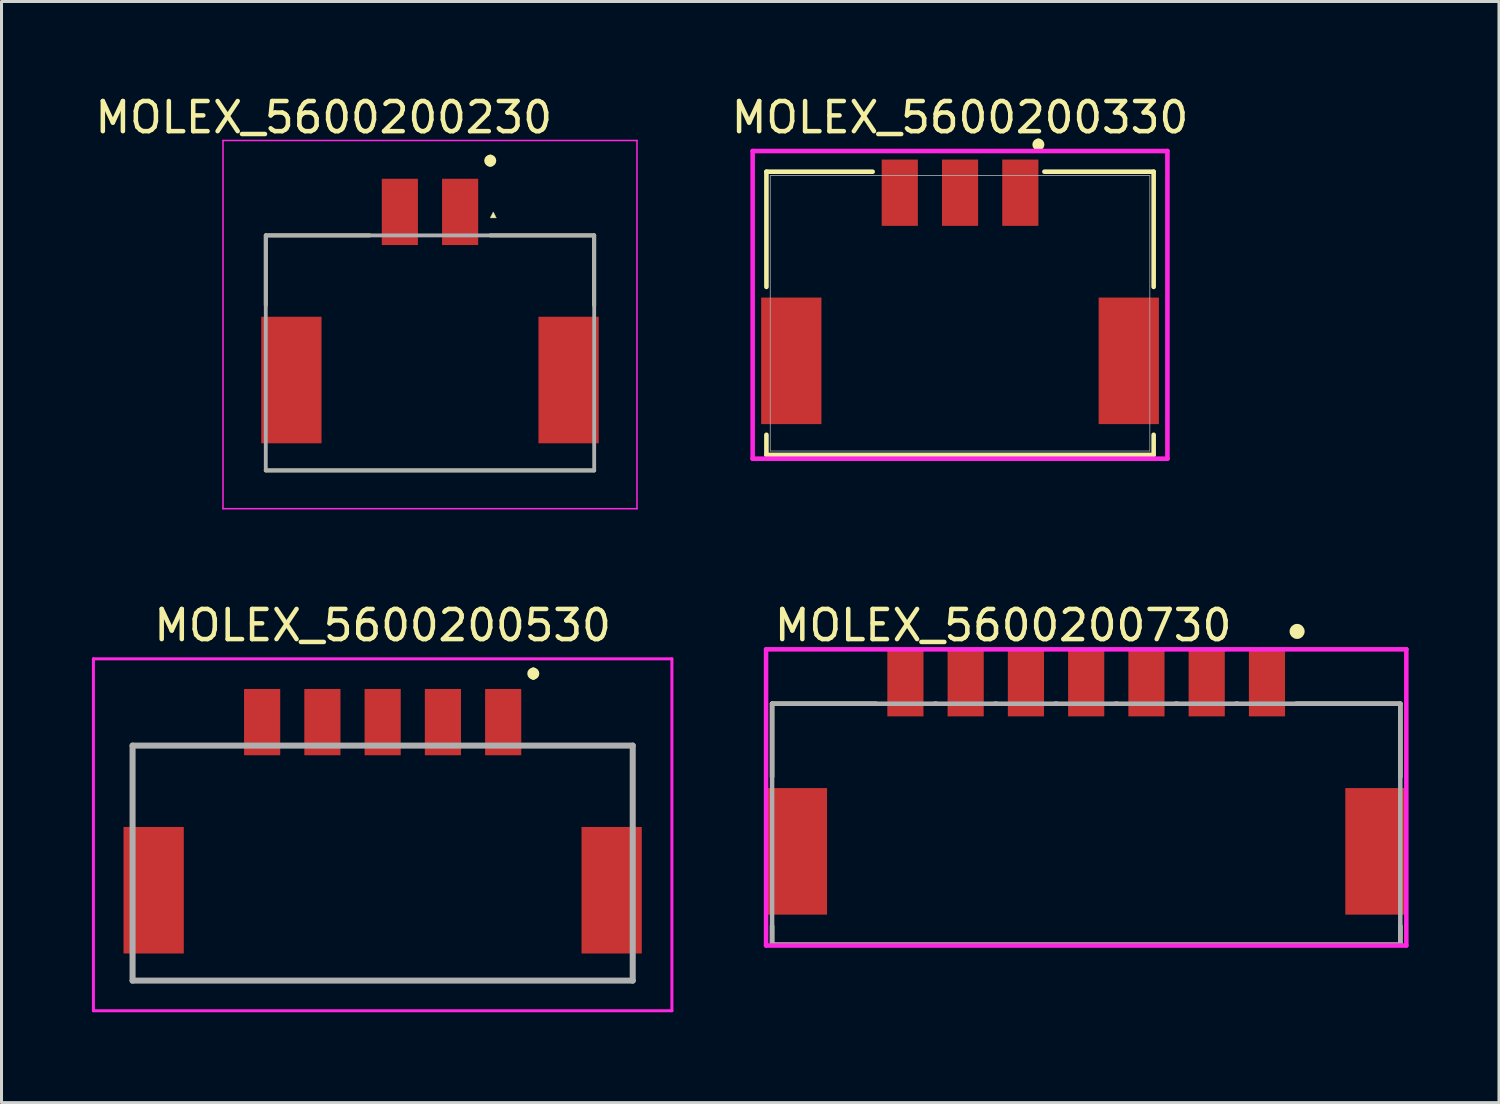
<source format=kicad_pcb>
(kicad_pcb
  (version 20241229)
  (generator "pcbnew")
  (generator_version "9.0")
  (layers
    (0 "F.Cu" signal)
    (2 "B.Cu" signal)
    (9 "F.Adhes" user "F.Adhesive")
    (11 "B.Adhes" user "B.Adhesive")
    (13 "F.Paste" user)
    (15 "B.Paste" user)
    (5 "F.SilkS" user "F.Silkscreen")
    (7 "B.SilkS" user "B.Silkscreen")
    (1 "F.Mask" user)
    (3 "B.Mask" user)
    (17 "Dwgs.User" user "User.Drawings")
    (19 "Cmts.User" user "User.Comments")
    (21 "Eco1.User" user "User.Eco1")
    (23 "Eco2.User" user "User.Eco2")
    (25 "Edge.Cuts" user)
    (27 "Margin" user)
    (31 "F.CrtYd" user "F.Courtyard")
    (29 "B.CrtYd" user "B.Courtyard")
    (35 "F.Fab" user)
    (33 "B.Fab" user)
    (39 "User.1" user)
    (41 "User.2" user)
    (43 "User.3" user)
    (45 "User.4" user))
  (footprint "MOLEX_5600200330"
    (layer "F.Cu")
    (at 28.813 7.348)
    (property "Reference" "MOLEX_5600200330" (at 0 -6.5 0) (unlocked yes) (layer "F.SilkS") (effects (font (size 1 1) (thickness 0.15))))
    (attr smd)
    (fp_line (start -6.426 -4.699) (end -6.426 -0.876) (stroke (width 0.152) (type solid)) (layer "F.SilkS"))
    (fp_line (start -6.426 4.032) (end -6.426 4.699) (stroke (width 0.152) (type solid)) (layer "F.SilkS"))
    (fp_line (start -6.426 4.699) (end 6.426 4.699) (stroke (width 0.152) (type solid)) (layer "F.SilkS"))
    (fp_line (start -2.9 -4.699) (end -6.426 -4.699) (stroke (width 0.152) (type solid)) (layer "F.SilkS"))
    (fp_line (start 6.426 -4.699) (end 2.8 -4.7) (stroke (width 0.152) (type solid)) (layer "F.SilkS"))
    (fp_line (start 6.426 -0.876) (end 6.426 -4.699) (stroke (width 0.152) (type solid)) (layer "F.SilkS"))
    (fp_line (start 6.426 4.699) (end 6.426 4.032) (stroke (width 0.152) (type solid)) (layer "F.SilkS"))
    (fp_arc (start 2.6 -5.7) (mid 2.7 -5.6) (end 2.6 -5.5) (stroke (width 0.2) (type solid)) (layer "F.SilkS"))
    (fp_arc (start 2.6 -5.5) (mid 2.5 -5.6) (end 2.6 -5.7) (stroke (width 0.2) (type solid)) (layer "F.SilkS"))
    (fp_line (start -6.883 -5.386) (end -6.883 4.826) (stroke (width 0.152) (type solid)) (layer "F.CrtYd"))
    (fp_line (start -6.883 4.826) (end 6.883 4.826) (stroke (width 0.152) (type solid)) (layer "F.CrtYd"))
    (fp_line (start 6.883 -5.386) (end -6.883 -5.386) (stroke (width 0.152) (type solid)) (layer "F.CrtYd"))
    (fp_line (start 6.883 4.826) (end 6.883 -5.386) (stroke (width 0.152) (type solid)) (layer "F.CrtYd"))
    (fp_line (start -6.299 -4.572) (end -6.299 4.572) (stroke (width 0.025) (type solid)) (layer "F.Fab"))
    (fp_line (start -6.299 4.572) (end 6.299 4.572) (stroke (width 0.025) (type solid)) (layer "F.Fab"))
    (fp_line (start 6.299 -4.572) (end -6.299 -4.572) (stroke (width 0.025) (type solid)) (layer "F.Fab"))
    (fp_line (start 6.299 4.572) (end 6.299 -4.572) (stroke (width 0.025) (type solid)) (layer "F.Fab"))
    (pad "1" smd rect (at 2 -4.002) (size 1.2 2.2) (layers "F.Cu" "F.Mask" "F.Paste"))
    (pad "2" smd rect (at 0 -4.002) (size 1.2 2.2) (layers "F.Cu" "F.Mask" "F.Paste"))
    (pad "3" smd rect (at -2 -4.002) (size 1.2 2.2) (layers "F.Cu" "F.Mask" "F.Paste"))
    (pad "MP" smd rect (at -5.6 1.578) (size 2 4.2) (layers "F.Cu" "F.Mask" "F.Paste"))
    (pad "MP" smd rect (at 5.6 1.578) (size 2 4.2) (layers "F.Cu" "F.Mask" "F.Paste")))
  (footprint "MOLEX_5600200730"
    (layer "F.Cu")
    (at 33 24.306)
    (property "Reference" "MOLEX_5600200730" (at -10.425 -6.6 0) (layer "F.SilkS") (effects (font (size 1 1) (thickness 0.15)) (justify left)))
    (attr smd)
    (fp_line (start -10.425 -4) (end -6.975 -4) (stroke (width 0.15) (type solid)) (layer "F.SilkS"))
    (fp_line (start -10.425 -1.575) (end -10.425 -4) (stroke (width 0.15) (type solid)) (layer "F.SilkS"))
    (fp_line (start -10.425 4) (end -10.425 3.375) (stroke (width 0.15) (type solid)) (layer "F.SilkS"))
    (fp_line (start -10.425 4) (end 10.425 4) (stroke (width 0.15) (type solid)) (layer "F.SilkS"))
    (fp_line (start -5.025 -4) (end -4.975 -4) (stroke (width 0.15) (type solid)) (layer "F.SilkS"))
    (fp_line (start -3.025 -4) (end -2.975 -4) (stroke (width 0.15) (type solid)) (layer "F.SilkS"))
    (fp_line (start -1.025 -4) (end -0.975 -4) (stroke (width 0.15) (type solid)) (layer "F.SilkS"))
    (fp_line (start 0.975 -4) (end 1.025 -4) (stroke (width 0.15) (type solid)) (layer "F.SilkS"))
    (fp_line (start 2.975 -4) (end 3.025 -4) (stroke (width 0.15) (type solid)) (layer "F.SilkS"))
    (fp_line (start 4.975 -4) (end 5.025 -4) (stroke (width 0.15) (type solid)) (layer "F.SilkS"))
    (fp_line (start 6.975 -4) (end 10.425 -4) (stroke (width 0.15) (type solid)) (layer "F.SilkS"))
    (fp_line (start 10.425 -1.575) (end 10.425 -4) (stroke (width 0.15) (type solid)) (layer "F.SilkS"))
    (fp_line (start 10.425 4) (end 10.425 3.375) (stroke (width 0.15) (type solid)) (layer "F.SilkS"))
    (fp_circle (center 7 -6.4) (end 7.125 -6.4) (stroke (width 0.25) (type solid)) (fill no) (layer "F.SilkS"))
    (fp_line (start -10.625 -5.805) (end -10.625 4.025) (stroke (width 0.15) (type solid)) (layer "F.CrtYd"))
    (fp_line (start -10.625 4.025) (end 10.625 4.025) (stroke (width 0.15) (type solid)) (layer "F.CrtYd"))
    (fp_line (start 10.625 -5.805) (end -10.625 -5.805) (stroke (width 0.15) (type solid)) (layer "F.CrtYd"))
    (fp_line (start 10.625 -5.805) (end 10.625 -5.805) (stroke (width 0.15) (type solid)) (layer "F.CrtYd"))
    (fp_line (start 10.625 4.025) (end 10.625 -5.805) (stroke (width 0.15) (type solid)) (layer "F.CrtYd"))
    (fp_line (start -10.425 -4) (end 10.425 -4) (stroke (width 0.15) (type solid)) (layer "F.Fab"))
    (fp_line (start -10.425 4) (end -10.425 -4) (stroke (width 0.15) (type solid)) (layer "F.Fab"))
    (fp_line (start 10.425 -4) (end 10.425 4) (stroke (width 0.15) (type solid)) (layer "F.Fab"))
    (fp_line (start 10.425 4) (end -10.425 4) (stroke (width 0.15) (type solid)) (layer "F.Fab"))
    (pad "1" smd rect (at 6 -4.68) (size 1.2 2.2) (layers "F.Cu" "F.Mask" "F.Paste"))
    (pad "2" smd rect (at 4 -4.68) (size 1.2 2.2) (layers "F.Cu" "F.Mask" "F.Paste"))
    (pad "3" smd rect (at 2 -4.68) (size 1.2 2.2) (layers "F.Cu" "F.Mask" "F.Paste"))
    (pad "4" smd rect (at 0 -4.68) (size 1.2 2.2) (layers "F.Cu" "F.Mask" "F.Paste"))
    (pad "5" smd rect (at -2 -4.68) (size 1.2 2.2) (layers "F.Cu" "F.Mask" "F.Paste"))
    (pad "6" smd rect (at -4 -4.68) (size 1.2 2.2) (layers "F.Cu" "F.Mask" "F.Paste"))
    (pad "7" smd rect (at -6 -4.68) (size 1.2 2.2) (layers "F.Cu" "F.Mask" "F.Paste"))
    (pad "MP" smd rect (at -9.6 0.9) (size 2 4.2) (layers "F.Cu" "F.Mask" "F.Paste"))
    (pad "MP" smd rect (at 9.6 0.9) (size 2 4.2) (layers "F.Cu" "F.Mask" "F.Paste")))
  (footprint "MOLEX_5600200230"
    (layer "F.Cu")
    (at 11.221 3.983)
    (property "Reference" "MOLEX_5600200230" (at -3.525 -3.135 0) (layer "F.SilkS") (effects (font (size 1 1) (thickness 0.15))))
    (attr smd)
    (fp_line (start -5.45 0.78) (end -2 0.78) (stroke (width 0.127) (type solid)) (layer "F.SilkS"))
    (fp_line (start -5.45 3.1) (end -5.45 0.78) (stroke (width 0.127) (type solid)) (layer "F.SilkS"))
    (fp_line (start 2 0.78) (end 5.45 0.78) (stroke (width 0.127) (type solid)) (layer "F.SilkS"))
    (fp_line (start 5.45 0.78) (end 5.45 3.1) (stroke (width 0.127) (type solid)) (layer "F.SilkS"))
    (fp_line (start 5.45 8.58) (end -5.45 8.58) (stroke (width 0.127) (type solid)) (layer "F.SilkS"))
    (fp_arc (start 2 -1.8) (mid 2.1 -1.7) (end 2 -1.6) (stroke (width 0.2) (type solid)) (layer "F.SilkS"))
    (fp_arc (start 2 -1.6) (mid 1.9 -1.7) (end 2 -1.8) (stroke (width 0.2) (type solid)) (layer "F.SilkS"))
    (fp_poly (pts (xy 2.1 0) (xy 2 0.2) (xy 2.2 0.2)) (stroke (width 0.01) (type solid)) (fill yes) (layer "F.SilkS"))
    (fp_line (start -6.87 -2.37) (end -6.87 9.85) (stroke (width 0.05) (type solid)) (layer "F.CrtYd"))
    (fp_line (start -6.87 9.85) (end 6.87 9.85) (stroke (width 0.05) (type solid)) (layer "F.CrtYd"))
    (fp_line (start 6.87 -2.37) (end -6.87 -2.37) (stroke (width 0.05) (type solid)) (layer "F.CrtYd"))
    (fp_line (start 6.87 9.85) (end 6.87 -2.37) (stroke (width 0.05) (type solid)) (layer "F.CrtYd"))
    (fp_line (start -5.45 0.78) (end -5.45 8.58) (stroke (width 0.127) (type solid)) (layer "F.Fab"))
    (fp_line (start -5.45 8.58) (end 5.45 8.58) (stroke (width 0.127) (type solid)) (layer "F.Fab"))
    (fp_line (start 5.45 0.78) (end -5.45 0.78) (stroke (width 0.127) (type solid)) (layer "F.Fab"))
    (fp_line (start 5.45 8.58) (end 5.45 0.78) (stroke (width 0.127) (type solid)) (layer "F.Fab"))
    (fp_poly (pts (xy 2 0.2) (xy 2.2 0.2) (xy 2.1 0)) (stroke (width 0.01) (type solid)) (fill no) (layer "F.Fab"))
    (pad "1" smd rect (at 1 0 90) (size 2.2 1.2) (layers "F.Cu" "F.Mask" "F.Paste"))
    (pad "2" smd rect (at -1 0 90) (size 2.2 1.2) (layers "F.Cu" "F.Mask" "F.Paste"))
    (pad "MP" smd rect (at -4.6 5.58 90) (size 4.2 2) (layers "F.Cu" "F.Mask" "F.Paste"))
    (pad "MP" smd rect (at 4.6 5.58 90) (size 4.2 2) (layers "F.Cu" "F.Mask" "F.Paste")))
  (footprint "MOLEX_5600200530"
    (layer "F.Cu")
    (at 9.65 25.206)
    (property "Reference" "MOLEX_5600200530" (at 0 -7.5 0) (layer "F.SilkS") (effects (font (size 1 1) (thickness 0.15))))
    (attr smd)
    (fp_line (start -8.3 -3.51) (end -5.5 -3.51) (stroke (width 0.1) (type solid)) (layer "F.SilkS"))
    (fp_line (start -8.3 -1.71) (end -8.3 -3.51) (stroke (width 0.1) (type solid)) (layer "F.SilkS"))
    (fp_line (start -8.3 4.29) (end 8.3 4.29) (stroke (width 0.1) (type solid)) (layer "F.SilkS"))
    (fp_line (start 5 -6) (end 5 -6) (stroke (width 0.2) (type solid)) (layer "F.SilkS"))
    (fp_line (start 5 -5.8) (end 5 -5.8) (stroke (width 0.2) (type solid)) (layer "F.SilkS"))
    (fp_line (start 8.3 -3.51) (end 5.5 -3.51) (stroke (width 0.1) (type solid)) (layer "F.SilkS"))
    (fp_line (start 8.3 -1.71) (end 8.3 -3.51) (stroke (width 0.1) (type solid)) (layer "F.SilkS"))
    (fp_arc (start 5 -6) (mid 5.1 -5.9) (end 5 -5.8) (stroke (width 0.2) (type solid)) (layer "F.SilkS"))
    (fp_arc (start 5 -5.8) (mid 4.9 -5.9) (end 5 -6) (stroke (width 0.2) (type solid)) (layer "F.SilkS"))
    (fp_line (start -9.6 -6.39) (end 9.6 -6.39) (stroke (width 0.1) (type solid)) (layer "F.CrtYd"))
    (fp_line (start -9.6 5.29) (end -9.6 -6.39) (stroke (width 0.1) (type solid)) (layer "F.CrtYd"))
    (fp_line (start 9.6 -6.39) (end 9.6 5.29) (stroke (width 0.1) (type solid)) (layer "F.CrtYd"))
    (fp_line (start 9.6 5.29) (end -9.6 5.29) (stroke (width 0.1) (type solid)) (layer "F.CrtYd"))
    (fp_line (start -8.3 -3.51) (end 8.3 -3.51) (stroke (width 0.2) (type solid)) (layer "F.Fab"))
    (fp_line (start -8.3 4.29) (end -8.3 -3.51) (stroke (width 0.2) (type solid)) (layer "F.Fab"))
    (fp_line (start 8.3 -3.51) (end 8.3 4.29) (stroke (width 0.2) (type solid)) (layer "F.Fab"))
    (fp_line (start 8.3 4.29) (end -8.3 4.29) (stroke (width 0.2) (type solid)) (layer "F.Fab"))
    (pad "1" smd rect (at 4 -4.29) (size 1.2 2.2) (layers "F.Cu" "F.Mask" "F.Paste"))
    (pad "2" smd rect (at 2 -4.29) (size 1.2 2.2) (layers "F.Cu" "F.Mask" "F.Paste"))
    (pad "3" smd rect (at 0 -4.29) (size 1.2 2.2) (layers "F.Cu" "F.Mask" "F.Paste"))
    (pad "4" smd rect (at -2 -4.29) (size 1.2 2.2) (layers "F.Cu" "F.Mask" "F.Paste"))
    (pad "5" smd rect (at -4 -4.29) (size 1.2 2.2) (layers "F.Cu" "F.Mask" "F.Paste"))
    (pad "MP" smd rect (at -7.6 1.29) (size 2 4.2) (layers "F.Cu" "F.Mask" "F.Paste"))
    (pad "MP" smd rect (at 7.6 1.29) (size 2 4.2) (layers "F.Cu" "F.Mask" "F.Paste")))
  (gr_rect
    (start -3 -3)
    (end 46.7 33.547)
    (stroke (width 0.1) (type default))
    (fill no)
    (layer "Edge.Cuts")))
</source>
